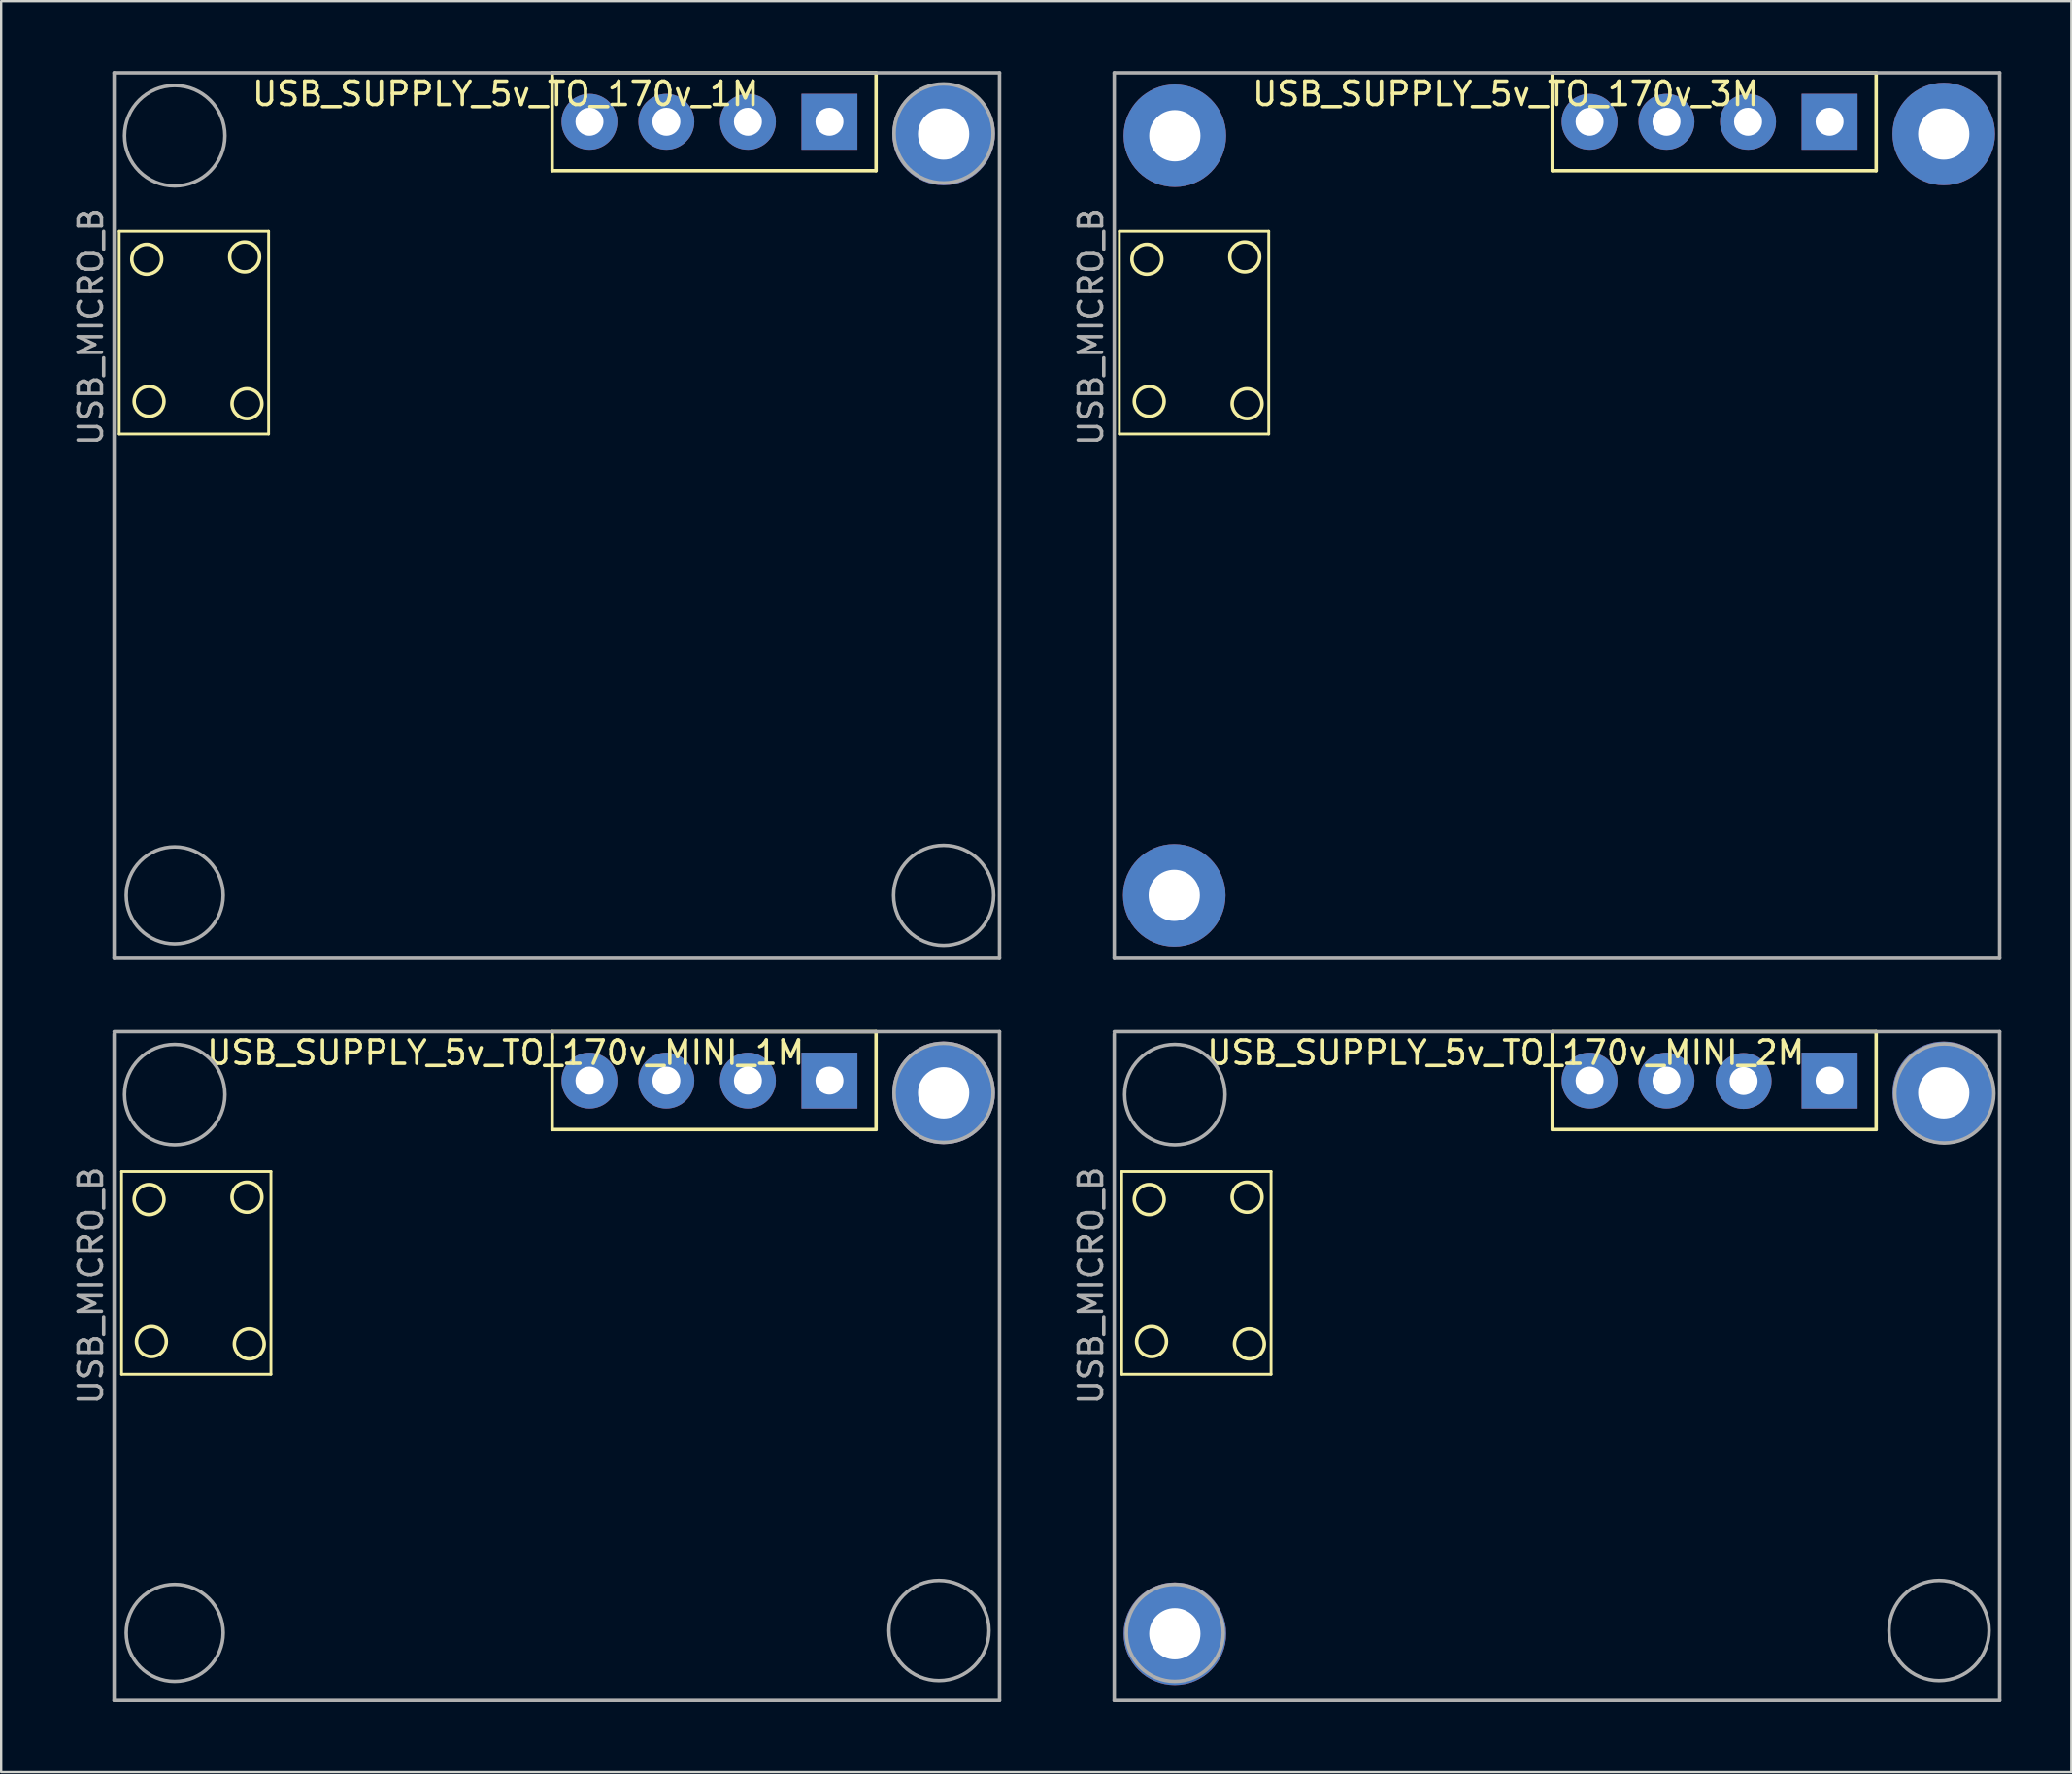
<source format=kicad_pcb>
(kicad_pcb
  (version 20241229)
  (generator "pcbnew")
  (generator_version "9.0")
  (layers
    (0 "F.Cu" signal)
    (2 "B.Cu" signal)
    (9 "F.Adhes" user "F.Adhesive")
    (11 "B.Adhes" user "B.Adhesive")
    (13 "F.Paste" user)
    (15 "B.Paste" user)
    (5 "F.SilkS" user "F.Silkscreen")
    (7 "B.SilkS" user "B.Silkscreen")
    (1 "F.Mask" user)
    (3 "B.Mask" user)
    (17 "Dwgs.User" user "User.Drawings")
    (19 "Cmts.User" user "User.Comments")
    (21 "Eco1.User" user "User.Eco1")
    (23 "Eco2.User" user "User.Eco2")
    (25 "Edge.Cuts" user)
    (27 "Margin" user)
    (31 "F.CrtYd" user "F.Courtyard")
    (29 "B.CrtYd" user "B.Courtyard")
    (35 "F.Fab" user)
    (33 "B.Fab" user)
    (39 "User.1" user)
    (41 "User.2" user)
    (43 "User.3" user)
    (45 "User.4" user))
  (footprint "USB_SUPPLY_5v_TO_170v_MINI_1M"
    (layer "F.Cu")
    (at 4.448 43.925)
    (property "Reference" "USB_SUPPLY_5v_TO_170v_MINI_1M" (at 14.2 -1.8 180) (layer "F.SilkS") (effects (font (size 1 1) (thickness 0.15))))
    (attr smd)
    (fp_line (start -2.28 3.3) (end -2.28 12) (stroke (width 0.12) (type solid)) (layer "F.SilkS"))
    (fp_line (start -2.28 3.3) (end 4.13 3.3) (stroke (width 0.12) (type solid)) (layer "F.SilkS"))
    (fp_line (start 4.13 3.3) (end 4.13 12) (stroke (width 0.12) (type solid)) (layer "F.SilkS"))
    (fp_line (start 4.13 12) (end -2.28 12) (stroke (width 0.12) (type solid)) (layer "F.SilkS"))
    (fp_line (start 16.2 -2.7) (end 16.2 -2.4) (stroke (width 0.15) (type solid)) (layer "F.SilkS"))
    (fp_line (start 16.2 -2.5) (end 16.2 1.5) (stroke (width 0.15) (type solid)) (layer "F.SilkS"))
    (fp_line (start 16.2 1.5) (end 30.1 1.5) (stroke (width 0.15) (type solid)) (layer "F.SilkS"))
    (fp_line (start 30.1 -2.7) (end 16.2 -2.7) (stroke (width 0.15) (type solid)) (layer "F.SilkS"))
    (fp_line (start 30.1 1.5) (end 30.1 -2.7) (stroke (width 0.15) (type solid)) (layer "F.SilkS"))
    (fp_circle (center -1.1 4.5) (end -0.7 5) (stroke (width 0.15) (type solid)) (fill no) (layer "F.SilkS"))
    (fp_circle (center -1 10.6) (end -0.6 11.1) (stroke (width 0.15) (type solid)) (fill no) (layer "F.SilkS"))
    (fp_circle (center 3.1 4.4) (end 3.5 4.9) (stroke (width 0.15) (type solid)) (fill no) (layer "F.SilkS"))
    (fp_circle (center 3.2 10.7) (end 3.6 11.2) (stroke (width 0.15) (type solid)) (fill no) (layer "F.SilkS"))
    (fp_line (start -2.6 -2.7) (end 35.4 -2.7) (stroke (width 0.15) (type solid)) (layer "F.Fab"))
    (fp_line (start -2.6 -2.6) (end -2.6 26) (stroke (width 0.15) (type solid)) (layer "F.Fab"))
    (fp_line (start -2.6 26) (end 35.4 26) (stroke (width 0.15) (type solid)) (layer "F.Fab"))
    (fp_line (start 35.4 26) (end 35.4 -2.7) (stroke (width 0.15) (type solid)) (layer "F.Fab"))
    (fp_circle (center 0 0) (end 2 0.8) (stroke (width 0.15) (type solid)) (fill no) (layer "F.Fab"))
    (fp_circle (center 0 23.1) (end 1.7 24.3) (stroke (width 0.15) (type solid)) (fill no) (layer "F.Fab"))
    (fp_circle (center 32.8 23) (end 34.7 24) (stroke (width 0.15) (type solid)) (fill no) (layer "F.Fab"))
    (fp_circle (center 33 -0.075) (end 34.4 1.525) (stroke (width 0.15) (type solid)) (fill no) (layer "F.Fab"))
    (fp_text user "USB_MICRO_B" (at -3.6 8.2 90) (layer "F.Fab") (effects (font (size 1 1) (thickness 0.15))))
    (pad "1" thru_hole rect (at 28.1 -0.6 180) (size 2.4 2.4) (drill 1.2) (layers "*.Cu" "*.Mask"))
    (pad "2" thru_hole circle (at 24.6 -0.6 180) (size 2.4 2.4) (drill 1.2) (layers "*.Cu" "*.Mask"))
    (pad "2" thru_hole circle (at 33 -0.075 180) (size 4.4 4.4) (drill 2.2) (layers "*.Cu" "*.Mask"))
    (pad "3" thru_hole circle (at 21.1 -0.6 180) (size 2.4 2.4) (drill 1.2) (layers "*.Cu" "*.Mask"))
    (pad "4" thru_hole circle (at 17.8 -0.6 180) (size 2.4 2.4) (drill 1.2) (layers "*.Cu" "*.Mask")))
  (footprint "USB_SUPPLY_5v_TO_170v_1M"
    (layer "F.Cu")
    (at 4.448 2.775)
    (property "Reference" "USB_SUPPLY_5v_TO_170v_1M" (at 14.2 -1.8 180) (layer "F.SilkS") (effects (font (size 1 1) (thickness 0.15))))
    (attr smd)
    (fp_line (start -2.38 4.1) (end -2.38 12.8) (stroke (width 0.12) (type solid)) (layer "F.SilkS"))
    (fp_line (start -2.38 4.1) (end 4.03 4.1) (stroke (width 0.12) (type solid)) (layer "F.SilkS"))
    (fp_line (start 4.03 4.1) (end 4.03 12.8) (stroke (width 0.12) (type solid)) (layer "F.SilkS"))
    (fp_line (start 4.03 12.8) (end -2.38 12.8) (stroke (width 0.12) (type solid)) (layer "F.SilkS"))
    (fp_line (start 16.2 -2.7) (end 16.2 -2.4) (stroke (width 0.15) (type solid)) (layer "F.SilkS"))
    (fp_line (start 16.2 -2.5) (end 16.2 1.5) (stroke (width 0.15) (type solid)) (layer "F.SilkS"))
    (fp_line (start 16.2 1.5) (end 30.1 1.5) (stroke (width 0.15) (type solid)) (layer "F.SilkS"))
    (fp_line (start 30.1 -2.7) (end 16.2 -2.7) (stroke (width 0.15) (type solid)) (layer "F.SilkS"))
    (fp_line (start 30.1 1.5) (end 30.1 -2.7) (stroke (width 0.15) (type solid)) (layer "F.SilkS"))
    (fp_circle (center -1.2 5.3) (end -0.8 5.8) (stroke (width 0.15) (type solid)) (fill no) (layer "F.SilkS"))
    (fp_circle (center -1.1 11.4) (end -0.7 11.9) (stroke (width 0.15) (type solid)) (fill no) (layer "F.SilkS"))
    (fp_circle (center 3 5.2) (end 3.4 5.7) (stroke (width 0.15) (type solid)) (fill no) (layer "F.SilkS"))
    (fp_circle (center 3.1 11.5) (end 3.5 12) (stroke (width 0.15) (type solid)) (fill no) (layer "F.SilkS"))
    (fp_line (start -2.6 -2.7) (end -2.6 35.3) (stroke (width 0.15) (type solid)) (layer "F.Fab"))
    (fp_line (start -2.6 -2.7) (end 35.4 -2.7) (stroke (width 0.15) (type solid)) (layer "F.Fab"))
    (fp_line (start -2.6 35.3) (end 35.4 35.3) (stroke (width 0.15) (type solid)) (layer "F.Fab"))
    (fp_line (start 35.4 35.3) (end 35.4 -2.7) (stroke (width 0.15) (type solid)) (layer "F.Fab"))
    (fp_circle (center 0 0) (end 2 0.8) (stroke (width 0.15) (type solid)) (fill no) (layer "F.Fab"))
    (fp_circle (center 0 32.6) (end 1.7 33.8) (stroke (width 0.15) (type solid)) (fill no) (layer "F.Fab"))
    (fp_circle (center 33 -0.1) (end 34.4 1.5) (stroke (width 0.15) (type solid)) (fill no) (layer "F.Fab"))
    (fp_circle (center 33 32.6) (end 34.9 33.6) (stroke (width 0.15) (type solid)) (fill no) (layer "F.Fab"))
    (fp_text user "USB_MICRO_B" (at -3.6 8.2 90) (layer "F.Fab") (effects (font (size 1 1) (thickness 0.15))))
    (pad "1" thru_hole rect (at 28.1 -0.6 180) (size 2.4 2.4) (drill 1.2) (layers "*.Cu" "*.Mask"))
    (pad "2" thru_hole circle (at 24.6 -0.6 180) (size 2.4 2.4) (drill 1.2) (layers "*.Cu" "*.Mask"))
    (pad "2" thru_hole circle (at 33 -0.075 180) (size 4.4 4.4) (drill 2.2) (layers "*.Cu" "*.Mask"))
    (pad "3" thru_hole circle (at 21.1 -0.6 180) (size 2.4 2.4) (drill 1.2) (layers "*.Cu" "*.Mask"))
    (pad "4" thru_hole circle (at 17.8 -0.6 180) (size 2.4 2.4) (drill 1.2) (layers "*.Cu" "*.Mask")))
  (footprint "USB_SUPPLY_5v_TO_170v_3M"
    (layer "F.Cu")
    (at 47.371 2.775)
    (property "Reference" "USB_SUPPLY_5v_TO_170v_3M" (at 14.2 -1.8 180) (layer "F.SilkS") (effects (font (size 1 1) (thickness 0.15))))
    (attr smd)
    (fp_line (start -2.38 4.1) (end -2.38 12.8) (stroke (width 0.12) (type solid)) (layer "F.SilkS"))
    (fp_line (start -2.38 4.1) (end 4.03 4.1) (stroke (width 0.12) (type solid)) (layer "F.SilkS"))
    (fp_line (start 4.03 4.1) (end 4.03 12.8) (stroke (width 0.12) (type solid)) (layer "F.SilkS"))
    (fp_line (start 4.03 12.8) (end -2.38 12.8) (stroke (width 0.12) (type solid)) (layer "F.SilkS"))
    (fp_line (start 16.2 -2.7) (end 16.2 -2.4) (stroke (width 0.15) (type solid)) (layer "F.SilkS"))
    (fp_line (start 16.2 -2.5) (end 16.2 1.5) (stroke (width 0.15) (type solid)) (layer "F.SilkS"))
    (fp_line (start 16.2 1.5) (end 30.1 1.5) (stroke (width 0.15) (type solid)) (layer "F.SilkS"))
    (fp_line (start 30.1 -2.7) (end 16.2 -2.7) (stroke (width 0.15) (type solid)) (layer "F.SilkS"))
    (fp_line (start 30.1 1.5) (end 30.1 -2.7) (stroke (width 0.15) (type solid)) (layer "F.SilkS"))
    (fp_circle (center -1.2 5.3) (end -0.8 5.8) (stroke (width 0.15) (type solid)) (fill no) (layer "F.SilkS"))
    (fp_circle (center -1.1 11.4) (end -0.7 11.9) (stroke (width 0.15) (type solid)) (fill no) (layer "F.SilkS"))
    (fp_circle (center 3 5.2) (end 3.4 5.7) (stroke (width 0.15) (type solid)) (fill no) (layer "F.SilkS"))
    (fp_circle (center 3.1 11.5) (end 3.5 12) (stroke (width 0.15) (type solid)) (fill no) (layer "F.SilkS"))
    (fp_line (start -2.6 -2.7) (end -2.6 35.3) (stroke (width 0.15) (type solid)) (layer "F.Fab"))
    (fp_line (start -2.6 -2.7) (end 35.4 -2.7) (stroke (width 0.15) (type solid)) (layer "F.Fab"))
    (fp_line (start -2.6 35.3) (end 35.4 35.3) (stroke (width 0.15) (type solid)) (layer "F.Fab"))
    (fp_line (start 35.4 35.3) (end 35.4 -2.7) (stroke (width 0.15) (type solid)) (layer "F.Fab"))
    (fp_text user "USB_MICRO_B" (at -3.6 8.2 90) (layer "F.Fab") (effects (font (size 1 1) (thickness 0.15))))
    (pad "1" thru_hole rect (at 28.1 -0.6 180) (size 2.4 2.4) (drill 1.2) (layers "*.Cu" "*.Mask"))
    (pad "2" thru_hole circle (at -0.025 32.6 180) (size 4.4 4.4) (drill 2.2) (layers "*.Cu" "*.Mask"))
    (pad "2" thru_hole circle (at 0 0 180) (size 4.4 4.4) (drill 2.2) (layers "*.Cu" "*.Mask"))
    (pad "2" thru_hole circle (at 24.6 -0.6 180) (size 2.4 2.4) (drill 1.2) (layers "*.Cu" "*.Mask"))
    (pad "2" thru_hole circle (at 33 -0.075 180) (size 4.4 4.4) (drill 2.2) (layers "*.Cu" "*.Mask"))
    (pad "3" thru_hole circle (at 21.1 -0.6 180) (size 2.4 2.4) (drill 1.2) (layers "*.Cu" "*.Mask"))
    (pad "4" thru_hole circle (at 17.8 -0.6 180) (size 2.4 2.4) (drill 1.2) (layers "*.Cu" "*.Mask")))
  (footprint "USB_SUPPLY_5v_TO_170v_MINI_2M"
    (layer "F.Cu")
    (at 47.371 43.925)
    (property "Reference" "USB_SUPPLY_5v_TO_170v_MINI_2M" (at 14.2 -1.8 180) (layer "F.SilkS") (effects (font (size 1 1) (thickness 0.15))))
    (attr smd)
    (fp_line (start -2.28 3.3) (end -2.28 12) (stroke (width 0.12) (type solid)) (layer "F.SilkS"))
    (fp_line (start -2.28 3.3) (end 4.13 3.3) (stroke (width 0.12) (type solid)) (layer "F.SilkS"))
    (fp_line (start 4.13 3.3) (end 4.13 12) (stroke (width 0.12) (type solid)) (layer "F.SilkS"))
    (fp_line (start 4.13 12) (end -2.28 12) (stroke (width 0.12) (type solid)) (layer "F.SilkS"))
    (fp_line (start 16.2 -2.7) (end 16.2 -2.4) (stroke (width 0.15) (type solid)) (layer "F.SilkS"))
    (fp_line (start 16.2 -2.5) (end 16.2 1.5) (stroke (width 0.15) (type solid)) (layer "F.SilkS"))
    (fp_line (start 16.2 1.5) (end 30.1 1.5) (stroke (width 0.15) (type solid)) (layer "F.SilkS"))
    (fp_line (start 30.1 -2.7) (end 16.2 -2.7) (stroke (width 0.15) (type solid)) (layer "F.SilkS"))
    (fp_line (start 30.1 1.5) (end 30.1 -2.7) (stroke (width 0.15) (type solid)) (layer "F.SilkS"))
    (fp_circle (center -1.1 4.5) (end -0.7 5) (stroke (width 0.15) (type solid)) (fill no) (layer "F.SilkS"))
    (fp_circle (center -1 10.6) (end -0.6 11.1) (stroke (width 0.15) (type solid)) (fill no) (layer "F.SilkS"))
    (fp_circle (center 3.1 4.4) (end 3.5 4.9) (stroke (width 0.15) (type solid)) (fill no) (layer "F.SilkS"))
    (fp_circle (center 3.2 10.7) (end 3.6 11.2) (stroke (width 0.15) (type solid)) (fill no) (layer "F.SilkS"))
    (fp_line (start -2.6 -2.7) (end 35.4 -2.7) (stroke (width 0.15) (type solid)) (layer "F.Fab"))
    (fp_line (start -2.6 -2.6) (end -2.6 26) (stroke (width 0.15) (type solid)) (layer "F.Fab"))
    (fp_line (start -2.6 26) (end 35.4 26) (stroke (width 0.15) (type solid)) (layer "F.Fab"))
    (fp_line (start 35.4 26) (end 35.4 -2.7) (stroke (width 0.15) (type solid)) (layer "F.Fab"))
    (fp_circle (center 0 0) (end 2 0.8) (stroke (width 0.15) (type solid)) (fill no) (layer "F.Fab"))
    (fp_circle (center 0 23.1) (end 1.7 24.3) (stroke (width 0.15) (type solid)) (fill no) (layer "F.Fab"))
    (fp_circle (center 32.8 23) (end 34.7 24) (stroke (width 0.15) (type solid)) (fill no) (layer "F.Fab"))
    (fp_circle (center 33.025 -0.05) (end 34.425 1.55) (stroke (width 0.15) (type solid)) (fill no) (layer "F.Fab"))
    (fp_text user "USB_MICRO_B" (at -3.6 8.2 90) (layer "F.Fab") (effects (font (size 1 1) (thickness 0.15))))
    (pad "1" thru_hole rect (at 28.1 -0.6 180) (size 2.4 2.4) (drill 1.2) (layers "*.Cu" "*.Mask"))
    (pad "2" thru_hole circle (at 0 23.139 180) (size 4.4 4.4) (drill 2.2) (layers "*.Cu" "*.Mask"))
    (pad "2" thru_hole circle (at 24.409 -0.584 180) (size 2.4 2.4) (drill 1.2) (layers "*.Cu" "*.Mask"))
    (pad "2" thru_hole circle (at 33 -0.075 180) (size 4.4 4.4) (drill 2.2) (layers "*.Cu" "*.Mask"))
    (pad "3" thru_hole circle (at 21.1 -0.6 180) (size 2.4 2.4) (drill 1.2) (layers "*.Cu" "*.Mask"))
    (pad "4" thru_hole circle (at 17.8 -0.6 180) (size 2.4 2.4) (drill 1.2) (layers "*.Cu" "*.Mask")))
  (gr_rect
    (start -3 -3)
    (end 85.847 73)
    (stroke (width 0.1) (type default))
    (fill no)
    (layer "Edge.Cuts")))
</source>
